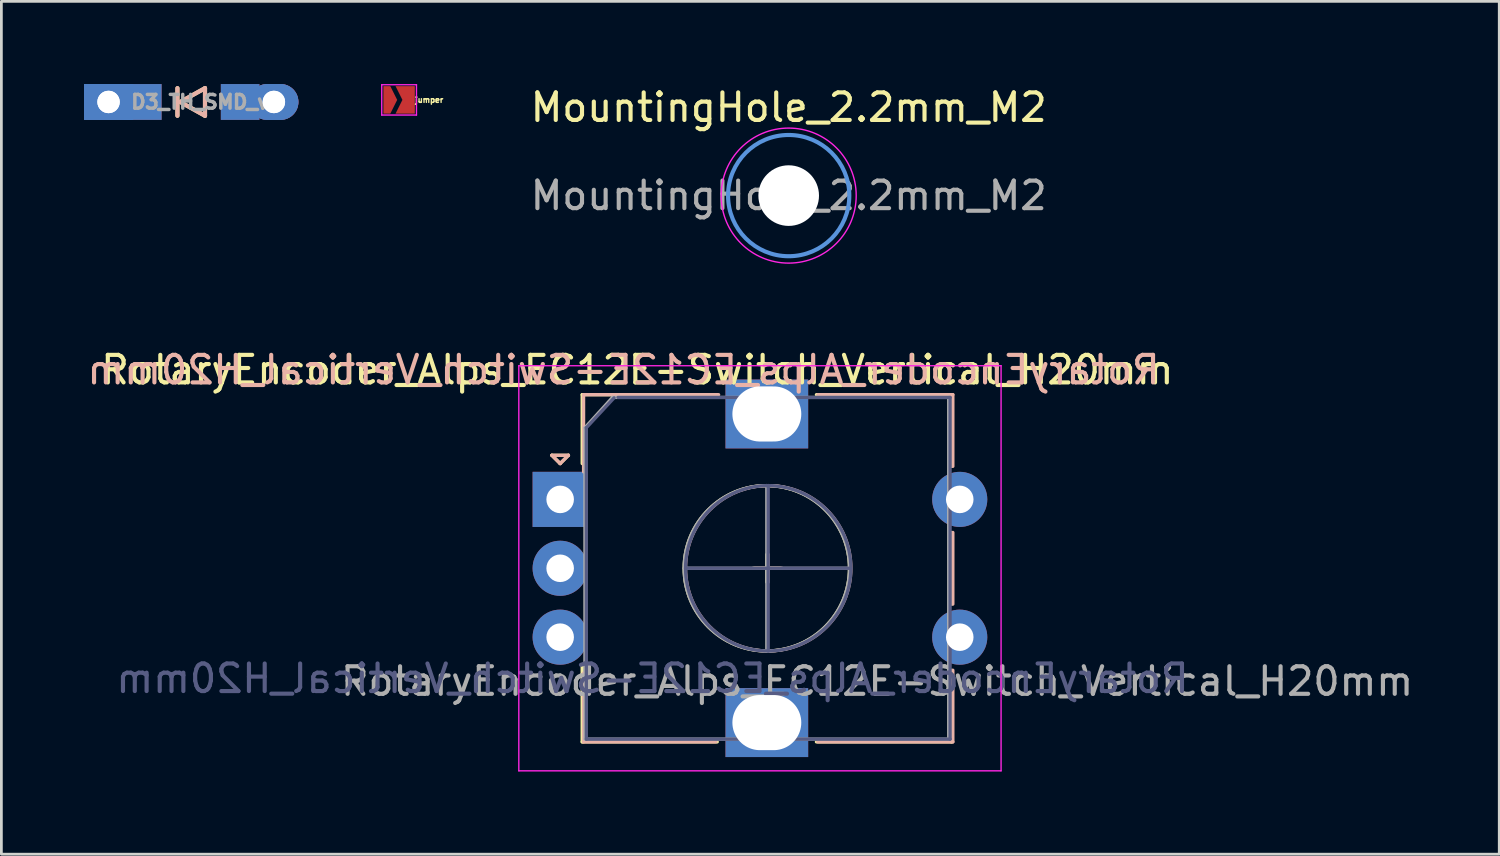
<source format=kicad_pcb>
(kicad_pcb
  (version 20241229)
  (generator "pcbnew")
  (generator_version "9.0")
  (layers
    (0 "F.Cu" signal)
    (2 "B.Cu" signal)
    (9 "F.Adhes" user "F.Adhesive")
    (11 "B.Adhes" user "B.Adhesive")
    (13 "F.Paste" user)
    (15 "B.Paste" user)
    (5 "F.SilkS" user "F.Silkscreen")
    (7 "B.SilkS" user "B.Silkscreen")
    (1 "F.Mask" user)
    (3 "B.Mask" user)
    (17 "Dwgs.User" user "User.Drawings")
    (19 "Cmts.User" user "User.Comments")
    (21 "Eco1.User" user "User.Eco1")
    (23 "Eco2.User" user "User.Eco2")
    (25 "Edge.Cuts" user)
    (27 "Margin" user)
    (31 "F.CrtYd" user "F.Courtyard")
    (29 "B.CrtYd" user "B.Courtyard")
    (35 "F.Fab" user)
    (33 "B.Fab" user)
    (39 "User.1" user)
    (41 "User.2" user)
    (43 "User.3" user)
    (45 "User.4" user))
  (footprint "jumper"
    (layer "F.Cu")
    (at 11.413 0.575)
    (property "Reference" "jumper" (at 1.11 0 0) (layer "F.SilkS") (effects (font (size 0.2 0.2) (thickness 0.05))))
    (attr exclude_from_pos_files)
    (fp_line (start -0.61 -0.55) (end -0.61 0.55) (stroke (width 0.05) (type solid)) (layer "F.CrtYd"))
    (fp_line (start -0.61 -0.55) (end 0.65 -0.55) (stroke (width 0.05) (type solid)) (layer "F.CrtYd"))
    (fp_line (start 0.65 0.55) (end -0.61 0.55) (stroke (width 0.05) (type solid)) (layer "F.CrtYd"))
    (fp_line (start 0.65 0.55) (end 0.65 -0.55) (stroke (width 0.05) (type solid)) (layer "F.CrtYd"))
    (pad "1" smd custom (at -0.3 0) (size 0.3 0.3) (layers "F.Cu" "F.Mask") (options (anchor rect)) (primitives (gr_poly (pts (xy -0.25 -0.5) (xy 0 -0.5) (xy 0.25 0) (xy 0 0.5) (xy -0.25 0.5)) (width 0) (fill yes))))
    (pad "2" smd custom (at 0.34 0) (size 0.3 0.3) (layers "F.Cu" "F.Mask") (options (anchor rect)) (primitives (gr_poly (pts (xy -0.45 0.5) (xy -0.2 0) (xy -0.45 -0.5) (xy 0.25 -0.5) (xy 0.25 0.5)) (width 0) (fill yes)))))
  (footprint "RotaryEncoder_Alps_EC12E-Switch_Vertical_H20mm"
    (layer "F.Cu")
    (at 17.277 15.072)
    (property "Reference" "RotaryEncoder_Alps_EC12E-Switch_Vertical_H20mm" (at 2.8 -4.7 0) (layer "F.SilkS") (effects (font (size 1 1) (thickness 0.15))))
    (attr through_hole)
    (fp_line (start -0.3 -1.6) (end 0.3 -1.6) (stroke (width 0.12) (type solid)) (layer "F.SilkS"))
    (fp_line (start 0 -1.3) (end -0.3 -1.6) (stroke (width 0.12) (type solid)) (layer "F.SilkS"))
    (fp_line (start 0.3 -1.6) (end 0 -1.3) (stroke (width 0.12) (type solid)) (layer "F.SilkS"))
    (fp_line (start 0.8 -3.8) (end 0.8 -1.3) (stroke (width 0.12) (type solid)) (layer "F.SilkS"))
    (fp_line (start 0.8 8.8) (end 0.8 6) (stroke (width 0.12) (type solid)) (layer "F.SilkS"))
    (fp_line (start 5.6 -3.8) (end 0.8 -3.8) (stroke (width 0.12) (type solid)) (layer "F.SilkS"))
    (fp_line (start 5.7 8.8) (end 0.8 8.8) (stroke (width 0.12) (type solid)) (layer "F.SilkS"))
    (fp_line (start 7 2.5) (end 8 2.5) (stroke (width 0.12) (type solid)) (layer "F.SilkS"))
    (fp_line (start 7.5 2) (end 7.5 3) (stroke (width 0.12) (type solid)) (layer "F.SilkS"))
    (fp_line (start 9.3 -3.8) (end 14.2 -3.8) (stroke (width 0.12) (type solid)) (layer "F.SilkS"))
    (fp_line (start 14.2 -3.8) (end 14.2 -1.2) (stroke (width 0.12) (type solid)) (layer "F.SilkS"))
    (fp_line (start 14.2 1.2) (end 14.2 3.8) (stroke (width 0.12) (type solid)) (layer "F.SilkS"))
    (fp_line (start 14.2 6.2) (end 14.2 8.8) (stroke (width 0.12) (type solid)) (layer "F.SilkS"))
    (fp_line (start 14.2 8.8) (end 9.3 8.8) (stroke (width 0.12) (type solid)) (layer "F.SilkS"))
    (fp_circle (center 7.5 2.5) (end 10.5 2.5) (stroke (width 0.12) (type solid)) (fill no) (layer "F.SilkS"))
    (fp_line (start -0.3 -1.6) (end 0 -1.3) (stroke (width 0.12) (type solid)) (layer "B.SilkS"))
    (fp_line (start 0 -1.3) (end 0.3 -1.6) (stroke (width 0.12) (type solid)) (layer "B.SilkS"))
    (fp_line (start 0.3 -1.6) (end -0.3 -1.6) (stroke (width 0.12) (type solid)) (layer "B.SilkS"))
    (fp_line (start 0.85 -3.8) (end 0.85 -1) (stroke (width 0.12) (type solid)) (layer "B.SilkS"))
    (fp_line (start 0.85 8.8) (end 0.85 6.3) (stroke (width 0.12) (type solid)) (layer "B.SilkS"))
    (fp_line (start 5.65 8.8) (end 0.85 8.8) (stroke (width 0.12) (type solid)) (layer "B.SilkS"))
    (fp_line (start 5.75 -3.8) (end 0.85 -3.8) (stroke (width 0.12) (type solid)) (layer "B.SilkS"))
    (fp_line (start 7.05 2.5) (end 8.05 2.5) (stroke (width 0.12) (type solid)) (layer "B.SilkS"))
    (fp_line (start 7.55 3) (end 7.55 2) (stroke (width 0.12) (type solid)) (layer "B.SilkS"))
    (fp_line (start 9.35 8.8) (end 14.25 8.8) (stroke (width 0.12) (type solid)) (layer "B.SilkS"))
    (fp_line (start 14.25 -3.8) (end 9.35 -3.8) (stroke (width 0.12) (type solid)) (layer "B.SilkS"))
    (fp_line (start 14.25 -1.2) (end 14.25 -3.8) (stroke (width 0.12) (type solid)) (layer "B.SilkS"))
    (fp_line (start 14.25 3.8) (end 14.25 1.2) (stroke (width 0.12) (type solid)) (layer "B.SilkS"))
    (fp_line (start 14.25 8.8) (end 14.25 6.2) (stroke (width 0.12) (type solid)) (layer "B.SilkS"))
    (fp_circle (center 7.55 2.5) (end 10.55 2.5) (stroke (width 0.12) (type solid)) (fill no) (layer "B.SilkS"))
    (fp_line (start -1.5 -4.85) (end -1.5 9.85) (stroke (width 0.05) (type solid)) (layer "F.CrtYd"))
    (fp_line (start -1.5 -4.85) (end 16 -4.85) (stroke (width 0.05) (type solid)) (layer "F.CrtYd"))
    (fp_line (start 16 9.85) (end -1.5 9.85) (stroke (width 0.05) (type solid)) (layer "F.CrtYd"))
    (fp_line (start 16 9.85) (end 16 -4.85) (stroke (width 0.05) (type solid)) (layer "F.CrtYd"))
    (fp_line (start 0.95 -2.6) (end 0.95 8.7) (stroke (width 0.12) (type solid)) (layer "B.Fab"))
    (fp_line (start 0.95 8.7) (end 14.15 8.7) (stroke (width 0.12) (type solid)) (layer "B.Fab"))
    (fp_line (start 1.956 -3.684) (end 0.95 -2.6) (stroke (width 0.12) (type solid)) (layer "B.Fab"))
    (fp_line (start 4.55 2.5) (end 10.55 2.5) (stroke (width 0.12) (type solid)) (layer "B.Fab"))
    (fp_line (start 7.55 5.5) (end 7.55 -0.5) (stroke (width 0.12) (type solid)) (layer "B.Fab"))
    (fp_line (start 14.15 -3.7) (end 2.1 -3.7) (stroke (width 0.12) (type solid)) (layer "B.Fab"))
    (fp_line (start 14.15 8.7) (end 14.15 -3.7) (stroke (width 0.12) (type solid)) (layer "B.Fab"))
    (fp_circle (center 7.55 2.5) (end 10.55 2.5) (stroke (width 0.12) (type solid)) (fill no) (layer "B.Fab"))
    (fp_line (start 0.9 -2.6) (end 1.9 -3.7) (stroke (width 0.12) (type solid)) (layer "F.Fab"))
    (fp_line (start 0.9 8.7) (end 0.9 -2.6) (stroke (width 0.12) (type solid)) (layer "F.Fab"))
    (fp_line (start 1.9 -3.7) (end 14.1 -3.7) (stroke (width 0.12) (type solid)) (layer "F.Fab"))
    (fp_line (start 4.5 2.5) (end 10.5 2.5) (stroke (width 0.12) (type solid)) (layer "F.Fab"))
    (fp_line (start 7.5 -0.5) (end 7.5 5.5) (stroke (width 0.12) (type solid)) (layer "F.Fab"))
    (fp_line (start 14.1 -3.7) (end 14.1 8.7) (stroke (width 0.12) (type solid)) (layer "F.Fab"))
    (fp_line (start 14.1 8.7) (end 0.9 8.7) (stroke (width 0.12) (type solid)) (layer "F.Fab"))
    (fp_circle (center 7.5 2.5) (end 10.5 2.5) (stroke (width 0.12) (type solid)) (fill no) (layer "F.Fab"))
    (fp_text user "${REFERENCE}" (at 2.3 -4.7 0) (layer "B.SilkS") (effects (font (size 1 1) (thickness 0.15)) (justify mirror)))
    (fp_text user "${REFERENCE}" (at 3.35 6.5 0) (layer "B.Fab") (effects (font (size 1 1) (thickness 0.15)) (justify mirror)))
    (fp_text user "${REFERENCE}" (at 11.5 6.6 0) (layer "F.Fab") (effects (font (size 1 1) (thickness 0.15))))
    (pad "A" thru_hole rect (at 0 0 180) (size 2 2) (drill 1) (layers "*.Cu" "*.Mask"))
    (pad "B" thru_hole circle (at 0 5 180) (size 2 2) (drill 1) (layers "*.Cu" "*.Mask"))
    (pad "C" thru_hole circle (at 0 2.5 180) (size 2 2) (drill 1) (layers "*.Cu" "*.Mask"))
    (pad "MP" thru_hole rect (at 7.5 -3.1 180) (size 3 2.5) (drill oval 2.5 2) (layers "*.Cu" "*.Mask"))
    (pad "MP" thru_hole rect (at 7.5 8.1 180) (size 3 2.5) (drill oval 2.5 2) (layers "*.Cu" "*.Mask"))
    (pad "S1" thru_hole circle (at 14.5 0 180) (size 2 2) (drill 1) (layers "*.Cu" "*.Mask"))
    (pad "S2" thru_hole circle (at 14.5 5 180) (size 2 2) (drill 1) (layers "*.Cu" "*.Mask")))
  (footprint "D3_TH_SMD_v2"
    (layer "F.Cu")
    (at 3.889 0.65)
    (property "Reference" "D3_TH_SMD_v2" (at 0.55 0 180) (layer "F.Fab") (effects (font (size 0.5 0.5) (thickness 0.125))))
    (attr through_hole)
    (fp_line (start -0.5 -0.5) (end -0.5 0.5) (stroke (width 0.15) (type solid)) (layer "F.SilkS"))
    (fp_line (start -0.4 0) (end 0.5 -0.5) (stroke (width 0.15) (type solid)) (layer "F.SilkS"))
    (fp_line (start 0.5 -0.5) (end 0.5 0.5) (stroke (width 0.15) (type solid)) (layer "F.SilkS"))
    (fp_line (start 0.5 0.5) (end -0.4 0) (stroke (width 0.15) (type solid)) (layer "F.SilkS"))
    (fp_line (start -0.5 0.5) (end -0.5 -0.5) (stroke (width 0.15) (type solid)) (layer "B.SilkS"))
    (fp_line (start -0.4 0) (end 0.5 0.5) (stroke (width 0.15) (type solid)) (layer "B.SilkS"))
    (fp_line (start 0.5 -0.5) (end -0.4 0) (stroke (width 0.15) (type solid)) (layer "B.SilkS"))
    (fp_line (start 0.5 0.5) (end 0.5 -0.5) (stroke (width 0.15) (type solid)) (layer "B.SilkS"))
    (pad "1" thru_hole rect (at -3 0 180) (size 1.778 1.3) (drill 0.813) (layers "*.Cu" "F.Mask"))
    (pad "1" thru_hole rect (at -3 0) (size 1.778 1.3) (drill 0.813) (layers "*.Cu" "B.Mask"))
    (pad "1" smd rect (at -1.775 0 180) (size 1.4 1.3) (layers "F.Cu" "F.Mask" "F.Paste"))
    (pad "1" smd rect (at -1.775 0) (size 1.4 1.3) (layers "B.Cu" "B.Mask" "B.Paste"))
    (pad "2" smd rect (at 1.775 0 180) (size 1.4 1.3) (layers "F.Cu" "F.Mask" "F.Paste"))
    (pad "2" smd rect (at 1.775 0) (size 1.4 1.3) (layers "B.Cu" "B.Mask" "B.Paste"))
    (pad "2" thru_hole oval (at 3 0 180) (size 1.778 1.3) (drill 0.813) (layers "*.Cu" "F.Mask"))
    (pad "2" thru_hole oval (at 3 0) (size 1.778 1.3) (drill 0.813) (layers "*.Cu" "B.Mask")))
  (footprint "MountingHole_2.2mm_M2"
    (layer "F.Cu")
    (at 25.57 4.048)
    (property "Reference" "MountingHole_2.2mm_M2" (at 0 -3.2 0) (layer "F.SilkS") (effects (font (size 1 1) (thickness 0.15))))
    (attr exclude_from_pos_files)
    (fp_circle (center 0 0) (end 2.2 0) (stroke (width 0.15) (type solid)) (fill no) (layer "Cmts.User"))
    (fp_circle (center 0 0) (end 2.45 0) (stroke (width 0.05) (type solid)) (fill no) (layer "F.CrtYd"))
    (fp_text user "${REFERENCE}" (at 0 0 0) (layer "F.Fab") (effects (font (size 1 1) (thickness 0.15))))
    (pad "" np_thru_hole circle (at 0 0) (size 2.2 2.2) (drill 2.2) (layers "*.Cu" "*.Mask")))
  (gr_rect
    (start -3 -3)
    (end 51.355 27.947)
    (stroke (width 0.1) (type default))
    (fill no)
    (layer "Edge.Cuts")))
</source>
